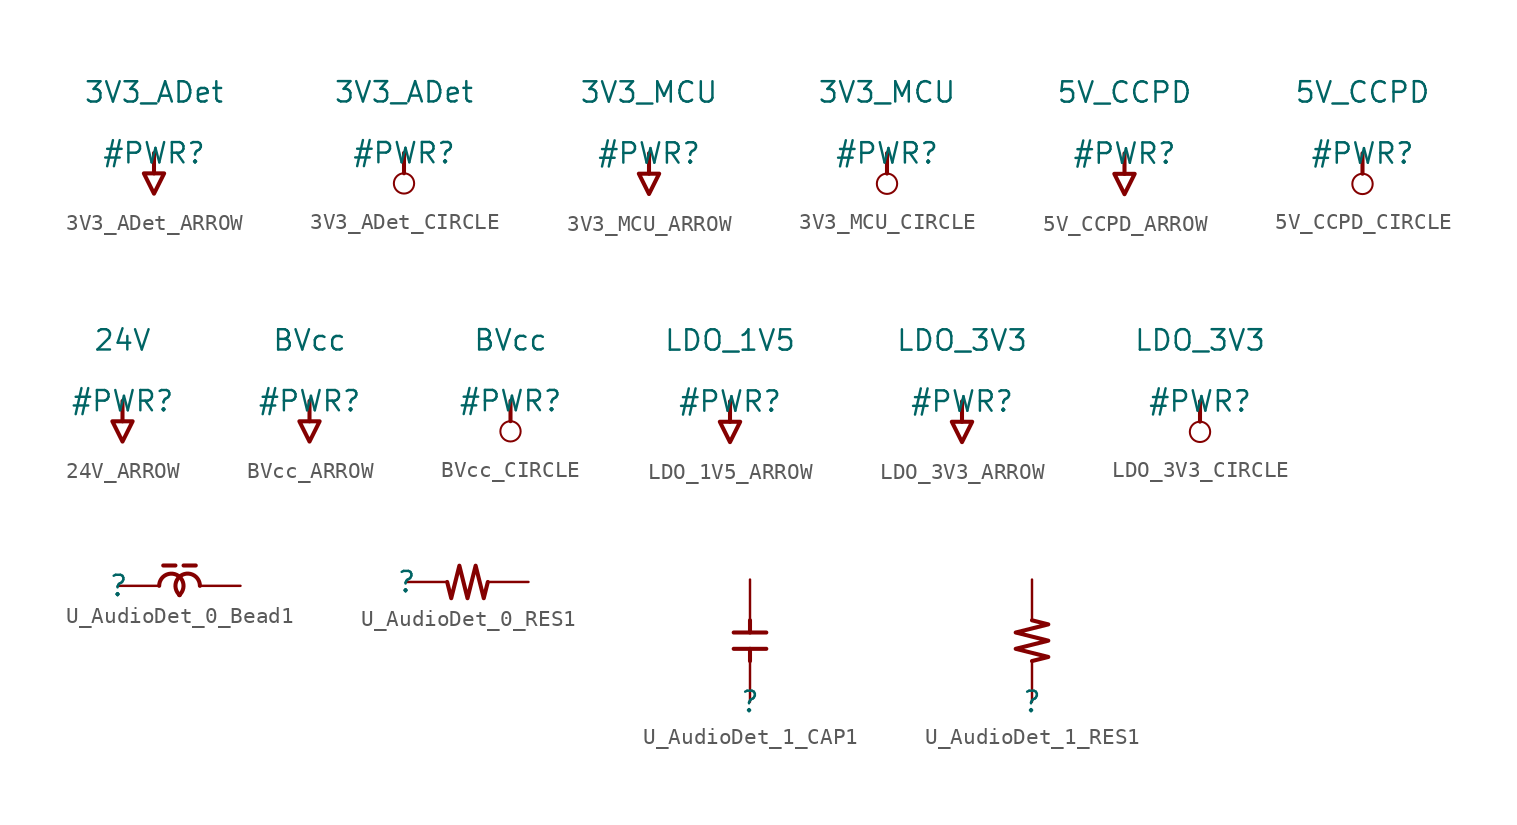
<source format=kicad_sym>
(kicad_symbol_lib
  (version 20231120)
  (generator "kicad_symbol_editor")
  (generator_version "8.0")
  (symbol "3V3_ADet_ARROW"
    (power)
    (property "Reference" "#PWR"
      (at 0 0 0)
      (effects (font (size 1.27 1.27))))
    (property "Value" "3V3_ADet"
      (at 0 3.81 0)
      (effects (font (size 1.27 1.27))))
    (symbol "3V3_ADet_ARROW_0_0"
      (polyline (pts (xy 0 0) (xy 0 -1.27)) (stroke (width 0.254) (type solid)) (fill (type none)))
      (polyline (pts (xy -0.635 -1.27) (xy 0.635 -1.27) (xy 0 -2.54) (xy -0.635 -1.27)) (stroke (width 0.254) (type solid)) (fill (type none)))
      (pin power_in line (at 0 0 0) (length 0) hide (name "3V3_ADet" (effects (font (size 1.27 1.27)))) (number "" (effects (font (size 1.27 1.27)))))))
  (symbol "3V3_ADet_CIRCLE"
    (power)
    (property "Reference" "#PWR"
      (at 0 0 0)
      (effects (font (size 1.27 1.27))))
    (property "Value" "3V3_ADet"
      (at 0 3.81 0)
      (effects (font (size 1.27 1.27))))
    (symbol "3V3_ADet_CIRCLE_0_0"
      (circle (center 0 -1.905) (radius 0.635) (stroke (width 0.127) (type solid)) (fill (type none)))
      (polyline (pts (xy 0 0) (xy 0 -1.27)) (stroke (width 0.254) (type solid)) (fill (type none)))
      (pin power_in line (at 0 0 0) (length 0) hide (name "3V3_ADet" (effects (font (size 1.27 1.27)))) (number "" (effects (font (size 1.27 1.27)))))))
  (symbol "3V3_MCU_ARROW"
    (power)
    (property "Reference" "#PWR"
      (at 0 0 0)
      (effects (font (size 1.27 1.27))))
    (property "Value" "3V3_MCU"
      (at 0 3.81 0)
      (effects (font (size 1.27 1.27))))
    (symbol "3V3_MCU_ARROW_0_0"
      (polyline (pts (xy 0 0) (xy 0 -1.27)) (stroke (width 0.254) (type solid)) (fill (type none)))
      (polyline (pts (xy -0.635 -1.27) (xy 0.635 -1.27) (xy 0 -2.54) (xy -0.635 -1.27)) (stroke (width 0.254) (type solid)) (fill (type none)))
      (pin power_in line (at 0 0 0) (length 0) hide (name "3V3_MCU" (effects (font (size 1.27 1.27)))) (number "" (effects (font (size 1.27 1.27)))))))
  (symbol "3V3_MCU_CIRCLE"
    (power)
    (property "Reference" "#PWR"
      (at 0 0 0)
      (effects (font (size 1.27 1.27))))
    (property "Value" "3V3_MCU"
      (at 0 3.81 0)
      (effects (font (size 1.27 1.27))))
    (symbol "3V3_MCU_CIRCLE_0_0"
      (circle (center 0 -1.905) (radius 0.635) (stroke (width 0.127) (type solid)) (fill (type none)))
      (polyline (pts (xy 0 0) (xy 0 -1.27)) (stroke (width 0.254) (type solid)) (fill (type none)))
      (pin power_in line (at 0 0 0) (length 0) hide (name "3V3_MCU" (effects (font (size 1.27 1.27)))) (number "" (effects (font (size 1.27 1.27)))))))
  (symbol "5V_CCPD_ARROW"
    (power)
    (property "Reference" "#PWR"
      (at 0 0 0)
      (effects (font (size 1.27 1.27))))
    (property "Value" "5V_CCPD"
      (at 0 3.81 0)
      (effects (font (size 1.27 1.27))))
    (symbol "5V_CCPD_ARROW_0_0"
      (polyline (pts (xy 0 0) (xy 0 -1.27)) (stroke (width 0.254) (type solid)) (fill (type none)))
      (polyline (pts (xy -0.635 -1.27) (xy 0.635 -1.27) (xy 0 -2.54) (xy -0.635 -1.27)) (stroke (width 0.254) (type solid)) (fill (type none)))
      (pin power_in line (at 0 0 0) (length 0) hide (name "5V_CCPD" (effects (font (size 1.27 1.27)))) (number "" (effects (font (size 1.27 1.27)))))))
  (symbol "5V_CCPD_CIRCLE"
    (power)
    (property "Reference" "#PWR"
      (at 0 0 0)
      (effects (font (size 1.27 1.27))))
    (property "Value" "5V_CCPD"
      (at 0 3.81 0)
      (effects (font (size 1.27 1.27))))
    (symbol "5V_CCPD_CIRCLE_0_0"
      (circle (center 0 -1.905) (radius 0.635) (stroke (width 0.127) (type solid)) (fill (type none)))
      (polyline (pts (xy 0 0) (xy 0 -1.27)) (stroke (width 0.254) (type solid)) (fill (type none)))
      (pin power_in line (at 0 0 0) (length 0) hide (name "5V_CCPD" (effects (font (size 1.27 1.27)))) (number "" (effects (font (size 1.27 1.27)))))))
  (symbol "24V_ARROW"
    (power)
    (property "Reference" "#PWR"
      (at 0 0 0)
      (effects (font (size 1.27 1.27))))
    (property "Value" "24V"
      (at 0 3.81 0)
      (effects (font (size 1.27 1.27))))
    (symbol "24V_ARROW_0_0"
      (polyline (pts (xy 0 0) (xy 0 -1.27)) (stroke (width 0.254) (type solid)) (fill (type none)))
      (polyline (pts (xy -0.635 -1.27) (xy 0.635 -1.27) (xy 0 -2.54) (xy -0.635 -1.27)) (stroke (width 0.254) (type solid)) (fill (type none)))
      (pin power_in line (at 0 0 0) (length 0) hide (name "24V" (effects (font (size 1.27 1.27)))) (number "" (effects (font (size 1.27 1.27)))))))
  (symbol "BVcc_ARROW"
    (power)
    (property "Reference" "#PWR"
      (at 0 0 0)
      (effects (font (size 1.27 1.27))))
    (property "Value" "BVcc"
      (at 0 3.81 0)
      (effects (font (size 1.27 1.27))))
    (symbol "BVcc_ARROW_0_0"
      (polyline (pts (xy 0 0) (xy 0 -1.27)) (stroke (width 0.254) (type solid)) (fill (type none)))
      (polyline (pts (xy -0.635 -1.27) (xy 0.635 -1.27) (xy 0 -2.54) (xy -0.635 -1.27)) (stroke (width 0.254) (type solid)) (fill (type none)))
      (pin power_in line (at 0 0 0) (length 0) hide (name "BVcc" (effects (font (size 1.27 1.27)))) (number "" (effects (font (size 1.27 1.27)))))))
  (symbol "BVcc_CIRCLE"
    (power)
    (property "Reference" "#PWR"
      (at 0 0 0)
      (effects (font (size 1.27 1.27))))
    (property "Value" "BVcc"
      (at 0 3.81 0)
      (effects (font (size 1.27 1.27))))
    (symbol "BVcc_CIRCLE_0_0"
      (circle (center 0 -1.905) (radius 0.635) (stroke (width 0.127) (type solid)) (fill (type none)))
      (polyline (pts (xy 0 0) (xy 0 -1.27)) (stroke (width 0.254) (type solid)) (fill (type none)))
      (pin power_in line (at 0 0 0) (length 0) hide (name "BVcc" (effects (font (size 1.27 1.27)))) (number "" (effects (font (size 1.27 1.27)))))))
  (symbol "LDO_1V5_ARROW"
    (power)
    (property "Reference" "#PWR"
      (at 0 0 0)
      (effects (font (size 1.27 1.27))))
    (property "Value" "LDO_1V5"
      (at 0 3.81 0)
      (effects (font (size 1.27 1.27))))
    (symbol "LDO_1V5_ARROW_0_0"
      (polyline (pts (xy 0 0) (xy 0 -1.27)) (stroke (width 0.254) (type solid)) (fill (type none)))
      (polyline (pts (xy -0.635 -1.27) (xy 0.635 -1.27) (xy 0 -2.54) (xy -0.635 -1.27)) (stroke (width 0.254) (type solid)) (fill (type none)))
      (pin power_in line (at 0 0 0) (length 0) hide (name "LDO_1V5" (effects (font (size 1.27 1.27)))) (number "" (effects (font (size 1.27 1.27)))))))
  (symbol "LDO_3V3_ARROW"
    (power)
    (property "Reference" "#PWR"
      (at 0 0 0)
      (effects (font (size 1.27 1.27))))
    (property "Value" "LDO_3V3"
      (at 0 3.81 0)
      (effects (font (size 1.27 1.27))))
    (symbol "LDO_3V3_ARROW_0_0"
      (polyline (pts (xy 0 0) (xy 0 -1.27)) (stroke (width 0.254) (type solid)) (fill (type none)))
      (polyline (pts (xy -0.635 -1.27) (xy 0.635 -1.27) (xy 0 -2.54) (xy -0.635 -1.27)) (stroke (width 0.254) (type solid)) (fill (type none)))
      (pin power_in line (at 0 0 0) (length 0) hide (name "LDO_3V3" (effects (font (size 1.27 1.27)))) (number "" (effects (font (size 1.27 1.27)))))))
  (symbol "LDO_3V3_CIRCLE"
    (power)
    (property "Reference" "#PWR"
      (at 0 0 0)
      (effects (font (size 1.27 1.27))))
    (property "Value" "LDO_3V3"
      (at 0 3.81 0)
      (effects (font (size 1.27 1.27))))
    (symbol "LDO_3V3_CIRCLE_0_0"
      (circle (center 0 -1.905) (radius 0.635) (stroke (width 0.127) (type solid)) (fill (type none)))
      (polyline (pts (xy 0 0) (xy 0 -1.27)) (stroke (width 0.254) (type solid)) (fill (type none)))
      (pin power_in line (at 0 0 0) (length 0) hide (name "LDO_3V3" (effects (font (size 1.27 1.27)))) (number "" (effects (font (size 1.27 1.27)))))))
  (symbol "U_AudioDet_0_Bead1"
    (property "Reference" ""
      (at 0 0 0)
      (effects (font (size 1.27 1.27))))
    (property "Value" ""
      (at 0 0 0)
      (effects (font (size 1.27 1.27))))
    (symbol "U_AudioDet_0_Bead1_1_0"
      (polyline (pts (xy 2.794 1.27) (xy 3.556 1.27)) (stroke (width 0.254) (type solid)) (fill (type none)))
      (polyline (pts (xy 4.064 1.27) (xy 4.826 1.27)) (stroke (width 0.254) (type solid)) (fill (type none)))
      (arc (start 3.7918 -0.5837) (mid 3.624 0.6906) (end 2.54 0) (stroke (width 0.254) (type solid)) (fill (type none)))
      (arc (start 5.08 0) (mid 3.996 0.6906) (end 3.8282 -0.5837) (stroke (width 0.254) (type solid)) (fill (type none)))
      (pin passive line (at 0 0 0) (length 2.54) (name "1" (effects (font (size 0 0)))) (number "1" (effects (font (size 0 0)))))
      (pin passive line (at 7.62 0 180) (length 2.54) (name "2" (effects (font (size 0 0)))) (number "2" (effects (font (size 0 0)))))))
  (symbol "U_AudioDet_0_RES1"
    (property "Reference" ""
      (at 0 0 0)
      (effects (font (size 1.27 1.27))))
    (property "Value" ""
      (at 0 0 0)
      (effects (font (size 1.27 1.27))))
    (symbol "U_AudioDet_0_RES1_1_0"
      (polyline (pts (xy 2.54 0) (xy 2.794 -1.016) (xy 3.302 1.016) (xy 3.81 -1.016) (xy 4.318 1.016) (xy 4.826 -1.016) (xy 5.08 0)) (stroke (width 0.254) (type solid)) (fill (type none)))
      (pin passive line (at 0 0 0) (length 2.54) (name "1" (effects (font (size 0 0)))) (number "1" (effects (font (size 0 0)))))
      (pin passive line (at 7.62 0 180) (length 2.54) (name "2" (effects (font (size 0 0)))) (number "2" (effects (font (size 0 0)))))))
  (symbol "U_AudioDet_1_CAP1"
    (property "Reference" ""
      (at 0 0 0)
      (effects (font (size 1.27 1.27))))
    (property "Value" ""
      (at 0 0 0)
      (effects (font (size 1.27 1.27))))
    (symbol "U_AudioDet_1_CAP1_1_0"
      (polyline (pts (xy -1.016 3.302) (xy 1.016 3.302)) (stroke (width 0.254) (type solid)) (fill (type none)))
      (polyline (pts (xy -1.016 4.318) (xy 1.016 4.318)) (stroke (width 0.254) (type solid)) (fill (type none)))
      (polyline (pts (xy 0 2.54) (xy 0 3.302)) (stroke (width 0.254) (type solid)) (fill (type none)))
      (polyline (pts (xy 0 5.08) (xy 0 4.318)) (stroke (width 0.254) (type solid)) (fill (type none)))
      (pin passive line (at 0 0 90) (length 2.54) (name "1" (effects (font (size 0 0)))) (number "1" (effects (font (size 0 0)))))
      (pin passive line (at 0 7.62 270) (length 2.54) (name "2" (effects (font (size 0 0)))) (number "2" (effects (font (size 0 0)))))))
  (symbol "U_AudioDet_1_RES1"
    (property "Reference" ""
      (at 0 0 0)
      (effects (font (size 1.27 1.27))))
    (property "Value" ""
      (at 0 0 0)
      (effects (font (size 1.27 1.27))))
    (symbol "U_AudioDet_1_RES1_1_0"
      (polyline (pts (xy 0 2.54) (xy 1.016 2.794) (xy -1.016 3.302) (xy 1.016 3.81) (xy -1.016 4.318) (xy 1.016 4.826) (xy 0 5.08)) (stroke (width 0.254) (type solid)) (fill (type none)))
      (pin passive line (at 0 0 90) (length 2.54) (name "1" (effects (font (size 0 0)))) (number "1" (effects (font (size 0 0)))))
      (pin passive line (at 0 7.62 270) (length 2.54) (name "2" (effects (font (size 0 0)))) (number "2" (effects (font (size 0 0))))))))
</source>
